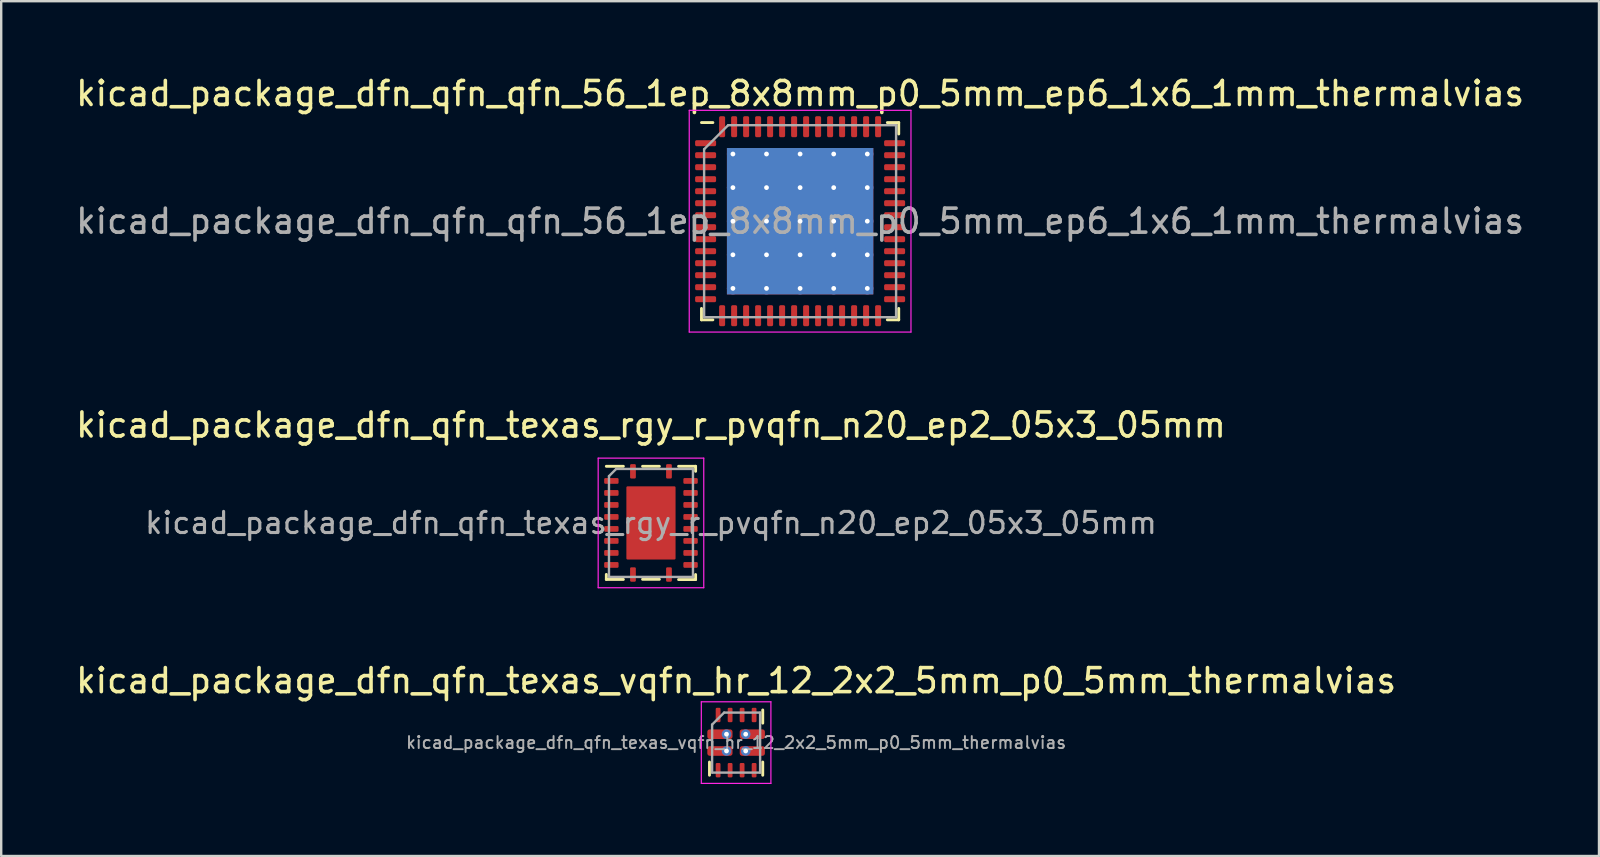
<source format=kicad_pcb>
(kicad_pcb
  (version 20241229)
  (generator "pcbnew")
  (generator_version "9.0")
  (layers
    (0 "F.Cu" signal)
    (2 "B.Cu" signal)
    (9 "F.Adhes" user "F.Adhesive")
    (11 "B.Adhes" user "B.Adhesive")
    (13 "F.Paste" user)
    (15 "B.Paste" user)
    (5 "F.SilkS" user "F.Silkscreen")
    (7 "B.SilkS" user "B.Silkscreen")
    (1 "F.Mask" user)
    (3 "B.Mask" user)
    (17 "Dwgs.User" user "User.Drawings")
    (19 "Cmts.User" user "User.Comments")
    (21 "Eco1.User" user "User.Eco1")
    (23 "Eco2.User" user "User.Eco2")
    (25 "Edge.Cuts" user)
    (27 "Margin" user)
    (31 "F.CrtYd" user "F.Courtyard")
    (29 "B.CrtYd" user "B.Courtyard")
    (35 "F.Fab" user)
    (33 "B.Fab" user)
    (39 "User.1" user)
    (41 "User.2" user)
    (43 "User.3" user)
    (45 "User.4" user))
  (footprint "kicad_package_dfn_qfn_texas_rgy_r_pvqfn_n20_ep2_05x3_05mm"
    (layer "F.Cu")
    (at 24.077 18.741)
    (property "Reference" "kicad_package_dfn_qfn_texas_rgy_r_pvqfn_n20_ep2_05x3_05mm" (at 0 -4.08 0) (layer "F.SilkS") (effects (font (size 1 1) (thickness 0.15))))
    (attr smd)
    (fp_line (start -1.86 2.355) (end -1.86 2.145) (stroke (width 0.12) (type solid)) (layer "F.SilkS"))
    (fp_line (start -1.15 -2.36) (end -1.86 -2.36) (stroke (width 0.12) (type solid)) (layer "F.SilkS"))
    (fp_line (start -1.15 2.355) (end -1.86 2.355) (stroke (width 0.12) (type solid)) (layer "F.SilkS"))
    (fp_line (start 0.35 -2.36) (end -0.35 -2.36) (stroke (width 0.12) (type solid)) (layer "F.SilkS"))
    (fp_line (start 0.35 2.35) (end -0.35 2.35) (stroke (width 0.12) (type solid)) (layer "F.SilkS"))
    (fp_line (start 1.15 -2.36) (end 1.86 -2.36) (stroke (width 0.12) (type solid)) (layer "F.SilkS"))
    (fp_line (start 1.15 2.36) (end 1.86 2.36) (stroke (width 0.12) (type solid)) (layer "F.SilkS"))
    (fp_line (start 1.86 -2.36) (end 1.86 -2.15) (stroke (width 0.12) (type solid)) (layer "F.SilkS"))
    (fp_line (start 1.86 2.36) (end 1.86 2.15) (stroke (width 0.12) (type solid)) (layer "F.SilkS"))
    (fp_line (start -2.2 -2.7) (end -2.2 2.7) (stroke (width 0.05) (type solid)) (layer "F.CrtYd"))
    (fp_line (start -2.2 2.7) (end 2.2 2.7) (stroke (width 0.05) (type solid)) (layer "F.CrtYd"))
    (fp_line (start 2.2 -2.7) (end -2.2 -2.7) (stroke (width 0.05) (type solid)) (layer "F.CrtYd"))
    (fp_line (start 2.2 2.7) (end 2.2 -2.7) (stroke (width 0.05) (type solid)) (layer "F.CrtYd"))
    (fp_line (start -1.75 -1.95) (end -1.45 -2.25) (stroke (width 0.1) (type solid)) (layer "F.Fab"))
    (fp_line (start -1.75 2.25) (end -1.75 -1.95) (stroke (width 0.1) (type solid)) (layer "F.Fab"))
    (fp_line (start -1.45 -2.25) (end 1.75 -2.25) (stroke (width 0.1) (type solid)) (layer "F.Fab"))
    (fp_line (start 1.75 -2.25) (end 1.75 2.25) (stroke (width 0.1) (type solid)) (layer "F.Fab"))
    (fp_line (start 1.75 2.25) (end -1.75 2.25) (stroke (width 0.1) (type solid)) (layer "F.Fab"))
    (fp_text user "${REFERENCE}" (at 0 0 0) (layer "F.Fab") (effects (font (size 0.88 0.88) (thickness 0.13))))
    (pad "" smd rect (at -0.56 -0.77) (size 0.92 1.33) (layers "F.Paste"))
    (pad "" smd rect (at -0.56 0.77) (size 0.92 1.33) (layers "F.Paste"))
    (pad "" smd rect (at 0.56 -0.77) (size 0.92 1.33) (layers "F.Paste"))
    (pad "" smd rect (at 0.56 0.77) (size 0.92 1.33) (layers "F.Paste"))
    (pad "1" smd roundrect (at -0.75 -2.15 90) (size 0.6 0.24) (layers "F.Cu" "F.Mask" "F.Paste") (roundrect_rratio 0.208))
    (pad "2" smd roundrect (at -1.65 -1.75) (size 0.6 0.24) (layers "F.Cu" "F.Mask" "F.Paste") (roundrect_rratio 0.208))
    (pad "3" smd roundrect (at -1.65 -1.25) (size 0.6 0.24) (layers "F.Cu" "F.Mask" "F.Paste") (roundrect_rratio 0.208))
    (pad "4" smd roundrect (at -1.65 -0.75) (size 0.6 0.24) (layers "F.Cu" "F.Mask" "F.Paste") (roundrect_rratio 0.208))
    (pad "5" smd roundrect (at -1.65 -0.25) (size 0.6 0.24) (layers "F.Cu" "F.Mask" "F.Paste") (roundrect_rratio 0.208))
    (pad "6" smd roundrect (at -1.65 0.25) (size 0.6 0.24) (layers "F.Cu" "F.Mask" "F.Paste") (roundrect_rratio 0.208))
    (pad "7" smd roundrect (at -1.65 0.75) (size 0.6 0.24) (layers "F.Cu" "F.Mask" "F.Paste") (roundrect_rratio 0.208))
    (pad "8" smd roundrect (at -1.65 1.25) (size 0.6 0.24) (layers "F.Cu" "F.Mask" "F.Paste") (roundrect_rratio 0.208))
    (pad "9" smd roundrect (at -1.65 1.75) (size 0.6 0.24) (layers "F.Cu" "F.Mask" "F.Paste") (roundrect_rratio 0.208))
    (pad "10" smd roundrect (at -0.75 2.15 90) (size 0.6 0.24) (layers "F.Cu" "F.Mask" "F.Paste") (roundrect_rratio 0.208))
    (pad "11" smd roundrect (at 0.75 2.15 90) (size 0.6 0.24) (layers "F.Cu" "F.Mask" "F.Paste") (roundrect_rratio 0.208))
    (pad "12" smd roundrect (at 1.65 1.75) (size 0.6 0.24) (layers "F.Cu" "F.Mask" "F.Paste") (roundrect_rratio 0.208))
    (pad "13" smd roundrect (at 1.65 1.25) (size 0.6 0.24) (layers "F.Cu" "F.Mask" "F.Paste") (roundrect_rratio 0.208))
    (pad "14" smd roundrect (at 1.65 0.75) (size 0.6 0.24) (layers "F.Cu" "F.Mask" "F.Paste") (roundrect_rratio 0.208))
    (pad "15" smd roundrect (at 1.65 0.25) (size 0.6 0.24) (layers "F.Cu" "F.Mask" "F.Paste") (roundrect_rratio 0.208))
    (pad "16" smd roundrect (at 1.65 -0.25) (size 0.6 0.24) (layers "F.Cu" "F.Mask" "F.Paste") (roundrect_rratio 0.208))
    (pad "17" smd roundrect (at 1.65 -0.75) (size 0.6 0.24) (layers "F.Cu" "F.Mask" "F.Paste") (roundrect_rratio 0.208))
    (pad "18" smd roundrect (at 1.65 -1.25) (size 0.6 0.24) (layers "F.Cu" "F.Mask" "F.Paste") (roundrect_rratio 0.208))
    (pad "19" smd roundrect (at 1.65 -1.75) (size 0.6 0.24) (layers "F.Cu" "F.Mask" "F.Paste") (roundrect_rratio 0.208))
    (pad "20" smd roundrect (at 0.75 -2.15 90) (size 0.6 0.24) (layers "F.Cu" "F.Mask" "F.Paste") (roundrect_rratio 0.208))
    (pad "21" smd roundrect (at 0 0) (size 2.05 3.05) (layers "F.Cu" "F.Mask") (roundrect_rratio 0.024)))
  (footprint "kicad_package_dfn_qfn_texas_vqfn_hr_12_2x2_5mm_p0_5mm_thermalvias"
    (layer "F.Cu")
    (at 27.625 27.895)
    (property "Reference" "kicad_package_dfn_qfn_texas_vqfn_hr_12_2x2_5mm_p0_5mm_thermalvias" (at 0 -2.58 0) (layer "F.SilkS") (effects (font (size 1 1) (thickness 0.15))))
    (attr smd)
    (fp_line (start -1.11 1.36) (end -1.11 0.81) (stroke (width 0.12) (type solid)) (layer "F.SilkS"))
    (fp_line (start 1.11 -1.36) (end 1.11 -0.81) (stroke (width 0.12) (type solid)) (layer "F.SilkS"))
    (fp_line (start 1.11 1.36) (end 1.11 0.81) (stroke (width 0.12) (type solid)) (layer "F.SilkS"))
    (fp_line (start -1.45 -1.7) (end -1.45 1.7) (stroke (width 0.05) (type solid)) (layer "F.CrtYd"))
    (fp_line (start -1.45 1.7) (end 1.45 1.7) (stroke (width 0.05) (type solid)) (layer "F.CrtYd"))
    (fp_line (start 1.45 -1.7) (end -1.45 -1.7) (stroke (width 0.05) (type solid)) (layer "F.CrtYd"))
    (fp_line (start 1.45 1.7) (end 1.45 -1.7) (stroke (width 0.05) (type solid)) (layer "F.CrtYd"))
    (fp_line (start -1 -0.75) (end -0.5 -1.25) (stroke (width 0.1) (type solid)) (layer "F.Fab"))
    (fp_line (start -1 1.25) (end -1 -0.75) (stroke (width 0.1) (type solid)) (layer "F.Fab"))
    (fp_line (start -0.5 -1.25) (end 1 -1.25) (stroke (width 0.1) (type solid)) (layer "F.Fab"))
    (fp_line (start 1 -1.25) (end 1 1.25) (stroke (width 0.1) (type solid)) (layer "F.Fab"))
    (fp_line (start 1 1.25) (end -1 1.25) (stroke (width 0.1) (type solid)) (layer "F.Fab"))
    (fp_text user "${REFERENCE}" (at 0 0 0) (layer "F.Fab") (effects (font (size 0.5 0.5) (thickness 0.08))))
    (pad "1" smd roundrect (at -0.675 -0.35) (size 1.05 0.4) (layers "F.Cu" "F.Mask" "F.Paste") (roundrect_rratio 0.25))
    (pad "1" thru_hole circle (at -0.4 -0.35) (size 0.4 0.4) (drill 0.2) (layers "*.Cu"))
    (pad "2" smd roundrect (at -0.675 0.35) (size 1.05 0.4) (layers "F.Cu" "F.Mask" "F.Paste") (roundrect_rratio 0.25))
    (pad "2" thru_hole circle (at -0.4 0.35) (size 0.4 0.4) (drill 0.2) (layers "*.Cu"))
    (pad "3" smd roundrect (at -0.75 1.15) (size 0.2 0.6) (layers "F.Cu" "F.Mask" "F.Paste") (roundrect_rratio 0.25))
    (pad "4" smd roundrect (at -0.25 1.15) (size 0.2 0.6) (layers "F.Cu" "F.Mask" "F.Paste") (roundrect_rratio 0.25))
    (pad "5" smd roundrect (at 0.25 1.15) (size 0.2 0.6) (layers "F.Cu" "F.Mask" "F.Paste") (roundrect_rratio 0.25))
    (pad "6" smd roundrect (at 0.75 1.15) (size 0.2 0.6) (layers "F.Cu" "F.Mask" "F.Paste") (roundrect_rratio 0.25))
    (pad "7" thru_hole circle (at 0.4 0.35) (size 0.4 0.4) (drill 0.2) (layers "*.Cu"))
    (pad "7" smd roundrect (at 0.675 0.35) (size 1.05 0.4) (layers "F.Cu" "F.Mask" "F.Paste") (roundrect_rratio 0.25))
    (pad "8" thru_hole circle (at 0.4 -0.35) (size 0.4 0.4) (drill 0.2) (layers "*.Cu"))
    (pad "8" smd roundrect (at 0.675 -0.35) (size 1.05 0.4) (layers "F.Cu" "F.Mask" "F.Paste") (roundrect_rratio 0.25))
    (pad "9" smd roundrect (at 0.75 -1.15) (size 0.2 0.6) (layers "F.Cu" "F.Mask" "F.Paste") (roundrect_rratio 0.25))
    (pad "10" smd roundrect (at 0.25 -1.15) (size 0.2 0.6) (layers "F.Cu" "F.Mask" "F.Paste") (roundrect_rratio 0.25))
    (pad "11" smd roundrect (at -0.25 -1.15) (size 0.2 0.6) (layers "F.Cu" "F.Mask" "F.Paste") (roundrect_rratio 0.25))
    (pad "12" smd roundrect (at -0.75 -1.15) (size 0.2 0.6) (layers "F.Cu" "F.Mask" "F.Paste") (roundrect_rratio 0.25)))
  (footprint "kicad_package_dfn_qfn_qfn_56_1ep_8x8mm_p0_5mm_ep6_1x6_1mm_thermalvias"
    (layer "F.Cu")
    (at 30.292 6.168)
    (property "Reference" "kicad_package_dfn_qfn_qfn_56_1ep_8x8mm_p0_5mm_ep6_1x6_1mm_thermalvias" (at 0 -5.32 0) (layer "F.SilkS") (effects (font (size 1 1) (thickness 0.15))))
    (attr smd)
    (fp_line (start -4.11 4.11) (end -4.11 3.635) (stroke (width 0.12) (type solid)) (layer "F.SilkS"))
    (fp_line (start -3.635 -4.11) (end -4.11 -4.11) (stroke (width 0.12) (type solid)) (layer "F.SilkS"))
    (fp_line (start -3.635 4.11) (end -4.11 4.11) (stroke (width 0.12) (type solid)) (layer "F.SilkS"))
    (fp_line (start 3.635 -4.11) (end 4.11 -4.11) (stroke (width 0.12) (type solid)) (layer "F.SilkS"))
    (fp_line (start 3.635 4.11) (end 4.11 4.11) (stroke (width 0.12) (type solid)) (layer "F.SilkS"))
    (fp_line (start 4.11 -4.11) (end 4.11 -3.635) (stroke (width 0.12) (type solid)) (layer "F.SilkS"))
    (fp_line (start 4.11 4.11) (end 4.11 3.635) (stroke (width 0.12) (type solid)) (layer "F.SilkS"))
    (fp_line (start -4.62 -4.62) (end -4.62 4.62) (stroke (width 0.05) (type solid)) (layer "F.CrtYd"))
    (fp_line (start -4.62 4.62) (end 4.62 4.62) (stroke (width 0.05) (type solid)) (layer "F.CrtYd"))
    (fp_line (start 4.62 -4.62) (end -4.62 -4.62) (stroke (width 0.05) (type solid)) (layer "F.CrtYd"))
    (fp_line (start 4.62 4.62) (end 4.62 -4.62) (stroke (width 0.05) (type solid)) (layer "F.CrtYd"))
    (fp_line (start -4 -3) (end -3 -4) (stroke (width 0.1) (type solid)) (layer "F.Fab"))
    (fp_line (start -4 4) (end -4 -3) (stroke (width 0.1) (type solid)) (layer "F.Fab"))
    (fp_line (start -3 -4) (end 4 -4) (stroke (width 0.1) (type solid)) (layer "F.Fab"))
    (fp_line (start 4 -4) (end 4 4) (stroke (width 0.1) (type solid)) (layer "F.Fab"))
    (fp_line (start 4 4) (end -4 4) (stroke (width 0.1) (type solid)) (layer "F.Fab"))
    (fp_text user "${REFERENCE}" (at 0 0 0) (layer "F.Fab") (effects (font (size 1 1) (thickness 0.15))))
    (pad "" smd roundrect (at -2.1 -2.1) (size 1.181 1.181) (layers "F.Paste") (roundrect_rratio 0.212))
    (pad "" smd roundrect (at -2.1 -0.7) (size 1.181 1.181) (layers "F.Paste") (roundrect_rratio 0.212))
    (pad "" smd roundrect (at -2.1 0.7) (size 1.181 1.181) (layers "F.Paste") (roundrect_rratio 0.212))
    (pad "" smd roundrect (at -2.1 2.1) (size 1.181 1.181) (layers "F.Paste") (roundrect_rratio 0.212))
    (pad "" smd roundrect (at -0.7 -2.1) (size 1.181 1.181) (layers "F.Paste") (roundrect_rratio 0.212))
    (pad "" smd roundrect (at -0.7 -0.7) (size 1.181 1.181) (layers "F.Paste") (roundrect_rratio 0.212))
    (pad "" smd roundrect (at -0.7 0.7) (size 1.181 1.181) (layers "F.Paste") (roundrect_rratio 0.212))
    (pad "" smd roundrect (at -0.7 2.1) (size 1.181 1.181) (layers "F.Paste") (roundrect_rratio 0.212))
    (pad "" smd roundrect (at 0.7 -2.1) (size 1.181 1.181) (layers "F.Paste") (roundrect_rratio 0.212))
    (pad "" smd roundrect (at 0.7 -0.7) (size 1.181 1.181) (layers "F.Paste") (roundrect_rratio 0.212))
    (pad "" smd roundrect (at 0.7 0.7) (size 1.181 1.181) (layers "F.Paste") (roundrect_rratio 0.212))
    (pad "" smd roundrect (at 0.7 2.1) (size 1.181 1.181) (layers "F.Paste") (roundrect_rratio 0.212))
    (pad "" smd roundrect (at 2.1 -2.1) (size 1.181 1.181) (layers "F.Paste") (roundrect_rratio 0.212))
    (pad "" smd roundrect (at 2.1 -0.7) (size 1.181 1.181) (layers "F.Paste") (roundrect_rratio 0.212))
    (pad "" smd roundrect (at 2.1 0.7) (size 1.181 1.181) (layers "F.Paste") (roundrect_rratio 0.212))
    (pad "" smd roundrect (at 2.1 2.1) (size 1.181 1.181) (layers "F.Paste") (roundrect_rratio 0.212))
    (pad "1" smd roundrect (at -3.938 -3.25) (size 0.875 0.25) (layers "F.Cu" "F.Mask" "F.Paste") (roundrect_rratio 0.25))
    (pad "2" smd roundrect (at -3.938 -2.75) (size 0.875 0.25) (layers "F.Cu" "F.Mask" "F.Paste") (roundrect_rratio 0.25))
    (pad "3" smd roundrect (at -3.938 -2.25) (size 0.875 0.25) (layers "F.Cu" "F.Mask" "F.Paste") (roundrect_rratio 0.25))
    (pad "4" smd roundrect (at -3.938 -1.75) (size 0.875 0.25) (layers "F.Cu" "F.Mask" "F.Paste") (roundrect_rratio 0.25))
    (pad "5" smd roundrect (at -3.938 -1.25) (size 0.875 0.25) (layers "F.Cu" "F.Mask" "F.Paste") (roundrect_rratio 0.25))
    (pad "6" smd roundrect (at -3.938 -0.75) (size 0.875 0.25) (layers "F.Cu" "F.Mask" "F.Paste") (roundrect_rratio 0.25))
    (pad "7" smd roundrect (at -3.938 -0.25) (size 0.875 0.25) (layers "F.Cu" "F.Mask" "F.Paste") (roundrect_rratio 0.25))
    (pad "8" smd roundrect (at -3.938 0.25) (size 0.875 0.25) (layers "F.Cu" "F.Mask" "F.Paste") (roundrect_rratio 0.25))
    (pad "9" smd roundrect (at -3.938 0.75) (size 0.875 0.25) (layers "F.Cu" "F.Mask" "F.Paste") (roundrect_rratio 0.25))
    (pad "10" smd roundrect (at -3.938 1.25) (size 0.875 0.25) (layers "F.Cu" "F.Mask" "F.Paste") (roundrect_rratio 0.25))
    (pad "11" smd roundrect (at -3.938 1.75) (size 0.875 0.25) (layers "F.Cu" "F.Mask" "F.Paste") (roundrect_rratio 0.25))
    (pad "12" smd roundrect (at -3.938 2.25) (size 0.875 0.25) (layers "F.Cu" "F.Mask" "F.Paste") (roundrect_rratio 0.25))
    (pad "13" smd roundrect (at -3.938 2.75) (size 0.875 0.25) (layers "F.Cu" "F.Mask" "F.Paste") (roundrect_rratio 0.25))
    (pad "14" smd roundrect (at -3.938 3.25) (size 0.875 0.25) (layers "F.Cu" "F.Mask" "F.Paste") (roundrect_rratio 0.25))
    (pad "15" smd roundrect (at -3.25 3.938) (size 0.25 0.875) (layers "F.Cu" "F.Mask" "F.Paste") (roundrect_rratio 0.25))
    (pad "16" smd roundrect (at -2.75 3.938) (size 0.25 0.875) (layers "F.Cu" "F.Mask" "F.Paste") (roundrect_rratio 0.25))
    (pad "17" smd roundrect (at -2.25 3.938) (size 0.25 0.875) (layers "F.Cu" "F.Mask" "F.Paste") (roundrect_rratio 0.25))
    (pad "18" smd roundrect (at -1.75 3.938) (size 0.25 0.875) (layers "F.Cu" "F.Mask" "F.Paste") (roundrect_rratio 0.25))
    (pad "19" smd roundrect (at -1.25 3.938) (size 0.25 0.875) (layers "F.Cu" "F.Mask" "F.Paste") (roundrect_rratio 0.25))
    (pad "20" smd roundrect (at -0.75 3.938) (size 0.25 0.875) (layers "F.Cu" "F.Mask" "F.Paste") (roundrect_rratio 0.25))
    (pad "21" smd roundrect (at -0.25 3.938) (size 0.25 0.875) (layers "F.Cu" "F.Mask" "F.Paste") (roundrect_rratio 0.25))
    (pad "22" smd roundrect (at 0.25 3.938) (size 0.25 0.875) (layers "F.Cu" "F.Mask" "F.Paste") (roundrect_rratio 0.25))
    (pad "23" smd roundrect (at 0.75 3.938) (size 0.25 0.875) (layers "F.Cu" "F.Mask" "F.Paste") (roundrect_rratio 0.25))
    (pad "24" smd roundrect (at 1.25 3.938) (size 0.25 0.875) (layers "F.Cu" "F.Mask" "F.Paste") (roundrect_rratio 0.25))
    (pad "25" smd roundrect (at 1.75 3.938) (size 0.25 0.875) (layers "F.Cu" "F.Mask" "F.Paste") (roundrect_rratio 0.25))
    (pad "26" smd roundrect (at 2.25 3.938) (size 0.25 0.875) (layers "F.Cu" "F.Mask" "F.Paste") (roundrect_rratio 0.25))
    (pad "27" smd roundrect (at 2.75 3.938) (size 0.25 0.875) (layers "F.Cu" "F.Mask" "F.Paste") (roundrect_rratio 0.25))
    (pad "28" smd roundrect (at 3.25 3.938) (size 0.25 0.875) (layers "F.Cu" "F.Mask" "F.Paste") (roundrect_rratio 0.25))
    (pad "29" smd roundrect (at 3.938 3.25) (size 0.875 0.25) (layers "F.Cu" "F.Mask" "F.Paste") (roundrect_rratio 0.25))
    (pad "30" smd roundrect (at 3.938 2.75) (size 0.875 0.25) (layers "F.Cu" "F.Mask" "F.Paste") (roundrect_rratio 0.25))
    (pad "31" smd roundrect (at 3.938 2.25) (size 0.875 0.25) (layers "F.Cu" "F.Mask" "F.Paste") (roundrect_rratio 0.25))
    (pad "32" smd roundrect (at 3.938 1.75) (size 0.875 0.25) (layers "F.Cu" "F.Mask" "F.Paste") (roundrect_rratio 0.25))
    (pad "33" smd roundrect (at 3.938 1.25) (size 0.875 0.25) (layers "F.Cu" "F.Mask" "F.Paste") (roundrect_rratio 0.25))
    (pad "34" smd roundrect (at 3.938 0.75) (size 0.875 0.25) (layers "F.Cu" "F.Mask" "F.Paste") (roundrect_rratio 0.25))
    (pad "35" smd roundrect (at 3.938 0.25) (size 0.875 0.25) (layers "F.Cu" "F.Mask" "F.Paste") (roundrect_rratio 0.25))
    (pad "36" smd roundrect (at 3.938 -0.25) (size 0.875 0.25) (layers "F.Cu" "F.Mask" "F.Paste") (roundrect_rratio 0.25))
    (pad "37" smd roundrect (at 3.938 -0.75) (size 0.875 0.25) (layers "F.Cu" "F.Mask" "F.Paste") (roundrect_rratio 0.25))
    (pad "38" smd roundrect (at 3.938 -1.25) (size 0.875 0.25) (layers "F.Cu" "F.Mask" "F.Paste") (roundrect_rratio 0.25))
    (pad "39" smd roundrect (at 3.938 -1.75) (size 0.875 0.25) (layers "F.Cu" "F.Mask" "F.Paste") (roundrect_rratio 0.25))
    (pad "40" smd roundrect (at 3.938 -2.25) (size 0.875 0.25) (layers "F.Cu" "F.Mask" "F.Paste") (roundrect_rratio 0.25))
    (pad "41" smd roundrect (at 3.938 -2.75) (size 0.875 0.25) (layers "F.Cu" "F.Mask" "F.Paste") (roundrect_rratio 0.25))
    (pad "42" smd roundrect (at 3.938 -3.25) (size 0.875 0.25) (layers "F.Cu" "F.Mask" "F.Paste") (roundrect_rratio 0.25))
    (pad "43" smd roundrect (at 3.25 -3.938) (size 0.25 0.875) (layers "F.Cu" "F.Mask" "F.Paste") (roundrect_rratio 0.25))
    (pad "44" smd roundrect (at 2.75 -3.938) (size 0.25 0.875) (layers "F.Cu" "F.Mask" "F.Paste") (roundrect_rratio 0.25))
    (pad "45" smd roundrect (at 2.25 -3.938) (size 0.25 0.875) (layers "F.Cu" "F.Mask" "F.Paste") (roundrect_rratio 0.25))
    (pad "46" smd roundrect (at 1.75 -3.938) (size 0.25 0.875) (layers "F.Cu" "F.Mask" "F.Paste") (roundrect_rratio 0.25))
    (pad "47" smd roundrect (at 1.25 -3.938) (size 0.25 0.875) (layers "F.Cu" "F.Mask" "F.Paste") (roundrect_rratio 0.25))
    (pad "48" smd roundrect (at 0.75 -3.938) (size 0.25 0.875) (layers "F.Cu" "F.Mask" "F.Paste") (roundrect_rratio 0.25))
    (pad "49" smd roundrect (at 0.25 -3.938) (size 0.25 0.875) (layers "F.Cu" "F.Mask" "F.Paste") (roundrect_rratio 0.25))
    (pad "50" smd roundrect (at -0.25 -3.938) (size 0.25 0.875) (layers "F.Cu" "F.Mask" "F.Paste") (roundrect_rratio 0.25))
    (pad "51" smd roundrect (at -0.75 -3.938) (size 0.25 0.875) (layers "F.Cu" "F.Mask" "F.Paste") (roundrect_rratio 0.25))
    (pad "52" smd roundrect (at -1.25 -3.938) (size 0.25 0.875) (layers "F.Cu" "F.Mask" "F.Paste") (roundrect_rratio 0.25))
    (pad "53" smd roundrect (at -1.75 -3.938) (size 0.25 0.875) (layers "F.Cu" "F.Mask" "F.Paste") (roundrect_rratio 0.25))
    (pad "54" smd roundrect (at -2.25 -3.938) (size 0.25 0.875) (layers "F.Cu" "F.Mask" "F.Paste") (roundrect_rratio 0.25))
    (pad "55" smd roundrect (at -2.75 -3.938) (size 0.25 0.875) (layers "F.Cu" "F.Mask" "F.Paste") (roundrect_rratio 0.25))
    (pad "56" smd roundrect (at -3.25 -3.938) (size 0.25 0.875) (layers "F.Cu" "F.Mask" "F.Paste") (roundrect_rratio 0.25))
    (pad "57" thru_hole circle (at -2.8 -2.8) (size 0.5 0.5) (drill 0.2) (layers "*.Cu"))
    (pad "57" thru_hole circle (at -2.8 -1.4) (size 0.5 0.5) (drill 0.2) (layers "*.Cu"))
    (pad "57" thru_hole circle (at -2.8 0) (size 0.5 0.5) (drill 0.2) (layers "*.Cu"))
    (pad "57" thru_hole circle (at -2.8 1.4) (size 0.5 0.5) (drill 0.2) (layers "*.Cu"))
    (pad "57" thru_hole circle (at -2.8 2.8) (size 0.5 0.5) (drill 0.2) (layers "*.Cu"))
    (pad "57" thru_hole circle (at -1.4 -2.8) (size 0.5 0.5) (drill 0.2) (layers "*.Cu"))
    (pad "57" thru_hole circle (at -1.4 -1.4) (size 0.5 0.5) (drill 0.2) (layers "*.Cu"))
    (pad "57" thru_hole circle (at -1.4 0) (size 0.5 0.5) (drill 0.2) (layers "*.Cu"))
    (pad "57" thru_hole circle (at -1.4 1.4) (size 0.5 0.5) (drill 0.2) (layers "*.Cu"))
    (pad "57" thru_hole circle (at -1.4 2.8) (size 0.5 0.5) (drill 0.2) (layers "*.Cu"))
    (pad "57" thru_hole circle (at 0 -2.8) (size 0.5 0.5) (drill 0.2) (layers "*.Cu"))
    (pad "57" thru_hole circle (at 0 -1.4) (size 0.5 0.5) (drill 0.2) (layers "*.Cu"))
    (pad "57" thru_hole circle (at 0 0) (size 0.5 0.5) (drill 0.2) (layers "*.Cu"))
    (pad "57" smd rect (at 0 0) (size 6.1 6.1) (layers "F.Cu" "F.Mask"))
    (pad "57" smd rect (at 0 0) (size 6.1 6.1) (layers "B.Cu"))
    (pad "57" thru_hole circle (at 0 1.4) (size 0.5 0.5) (drill 0.2) (layers "*.Cu"))
    (pad "57" thru_hole circle (at 0 2.8) (size 0.5 0.5) (drill 0.2) (layers "*.Cu"))
    (pad "57" thru_hole circle (at 1.4 -2.8) (size 0.5 0.5) (drill 0.2) (layers "*.Cu"))
    (pad "57" thru_hole circle (at 1.4 -1.4) (size 0.5 0.5) (drill 0.2) (layers "*.Cu"))
    (pad "57" thru_hole circle (at 1.4 0) (size 0.5 0.5) (drill 0.2) (layers "*.Cu"))
    (pad "57" thru_hole circle (at 1.4 1.4) (size 0.5 0.5) (drill 0.2) (layers "*.Cu"))
    (pad "57" thru_hole circle (at 1.4 2.8) (size 0.5 0.5) (drill 0.2) (layers "*.Cu"))
    (pad "57" thru_hole circle (at 2.8 -2.8) (size 0.5 0.5) (drill 0.2) (layers "*.Cu"))
    (pad "57" thru_hole circle (at 2.8 -1.4) (size 0.5 0.5) (drill 0.2) (layers "*.Cu"))
    (pad "57" thru_hole circle (at 2.8 0) (size 0.5 0.5) (drill 0.2) (layers "*.Cu"))
    (pad "57" thru_hole circle (at 2.8 1.4) (size 0.5 0.5) (drill 0.2) (layers "*.Cu"))
    (pad "57" thru_hole circle (at 2.8 2.8) (size 0.5 0.5) (drill 0.2) (layers "*.Cu")))
  (gr_rect
    (start -3 -3)
    (end 63.583 32.62)
    (stroke (width 0.1) (type default))
    (fill no)
    (layer "Edge.Cuts")))
</source>
